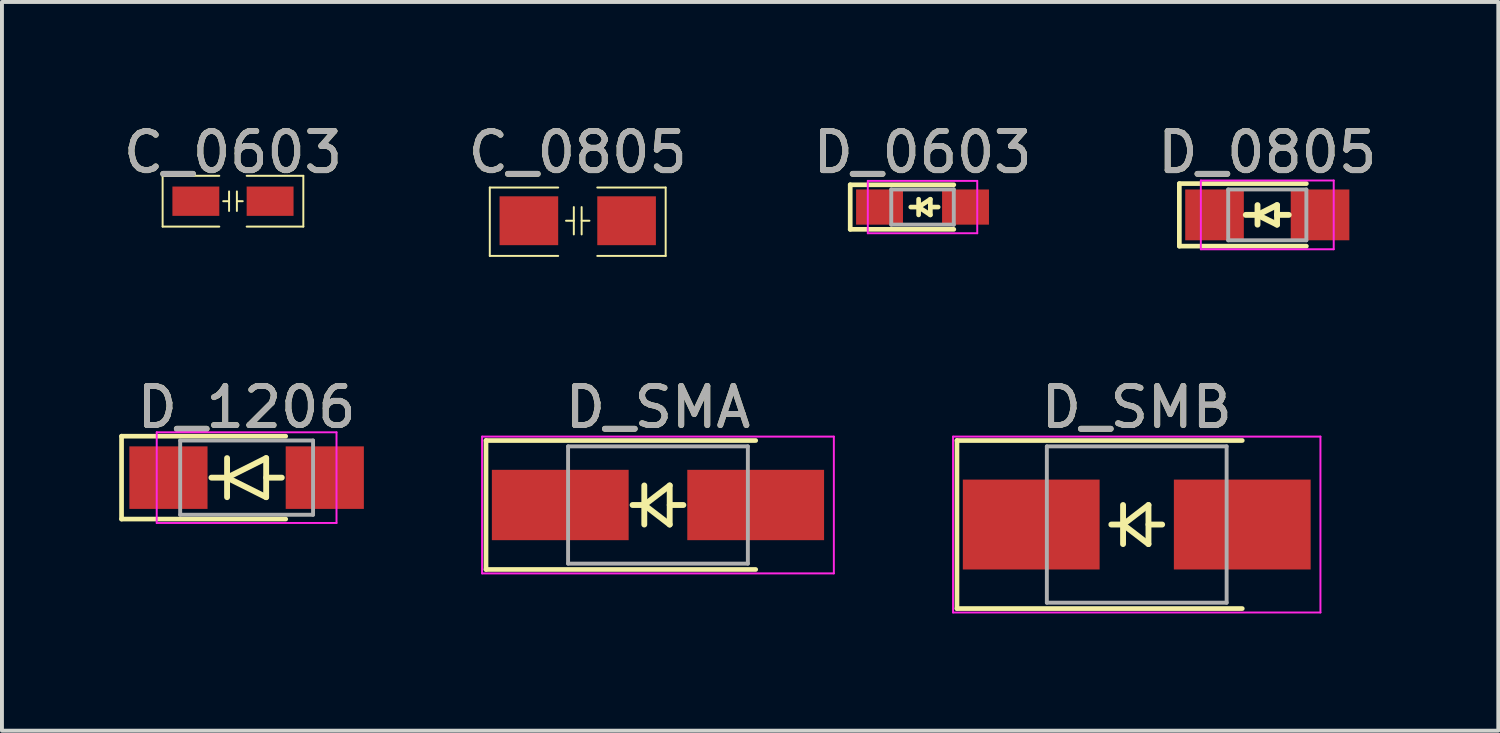
<source format=kicad_pcb>
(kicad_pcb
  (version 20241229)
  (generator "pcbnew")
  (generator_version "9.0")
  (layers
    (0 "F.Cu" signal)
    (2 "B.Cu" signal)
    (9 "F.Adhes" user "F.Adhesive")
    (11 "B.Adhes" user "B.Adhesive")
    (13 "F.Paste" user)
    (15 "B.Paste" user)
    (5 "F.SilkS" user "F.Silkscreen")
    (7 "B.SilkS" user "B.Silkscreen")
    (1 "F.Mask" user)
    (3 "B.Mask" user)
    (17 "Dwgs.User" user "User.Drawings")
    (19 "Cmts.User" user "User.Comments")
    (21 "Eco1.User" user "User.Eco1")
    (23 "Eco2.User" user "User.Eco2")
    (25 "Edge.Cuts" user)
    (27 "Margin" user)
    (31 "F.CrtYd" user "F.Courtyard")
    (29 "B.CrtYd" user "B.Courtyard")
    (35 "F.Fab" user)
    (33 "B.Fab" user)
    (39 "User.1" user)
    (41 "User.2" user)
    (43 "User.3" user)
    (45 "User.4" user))
  (footprint "D_0805"
    (layer "F.Cu")
    (at 29.375 2.448)
    (property "Reference" "D_0805" (at 0 -1.6 0) (layer "F.SilkS") (effects (font (size 1 1) (thickness 0.15))))
    (attr smd)
    (fp_line (start -2.25 -0.8) (end -2.25 0.8) (stroke (width 0.12) (type solid)) (layer "F.SilkS"))
    (fp_line (start -2.25 -0.8) (end 1 -0.8) (stroke (width 0.12) (type solid)) (layer "F.SilkS"))
    (fp_line (start -2.25 0.8) (end 1 0.8) (stroke (width 0.12) (type solid)) (layer "F.SilkS"))
    (fp_line (start -0.25 -0.25) (end -0.25 0.25) (stroke (width 0.15) (type solid)) (layer "F.SilkS"))
    (fp_line (start -0.25 0) (end -0.55 0) (stroke (width 0.15) (type solid)) (layer "F.SilkS"))
    (fp_line (start -0.25 0) (end 0.25 0.25) (stroke (width 0.15) (type solid)) (layer "F.SilkS"))
    (fp_line (start 0.25 -0.25) (end -0.25 0) (stroke (width 0.15) (type solid)) (layer "F.SilkS"))
    (fp_line (start 0.25 0) (end 0.25 -0.25) (stroke (width 0.15) (type solid)) (layer "F.SilkS"))
    (fp_line (start 0.25 0.25) (end 0.25 0) (stroke (width 0.15) (type solid)) (layer "F.SilkS"))
    (fp_line (start 0.55 0) (end 0.25 0) (stroke (width 0.15) (type solid)) (layer "F.SilkS"))
    (fp_line (start -1.7 -0.88) (end 1.7 -0.88) (stroke (width 0.05) (type solid)) (layer "F.CrtYd"))
    (fp_line (start -1.7 0.88) (end -1.7 -0.88) (stroke (width 0.05) (type solid)) (layer "F.CrtYd"))
    (fp_line (start 1.7 -0.88) (end 1.7 0.88) (stroke (width 0.05) (type solid)) (layer "F.CrtYd"))
    (fp_line (start 1.7 0.88) (end -1.7 0.88) (stroke (width 0.05) (type solid)) (layer "F.CrtYd"))
    (fp_line (start -1 -0.65) (end 1 -0.65) (stroke (width 0.1) (type solid)) (layer "F.Fab"))
    (fp_line (start -1 0.65) (end -1 -0.65) (stroke (width 0.1) (type solid)) (layer "F.Fab"))
    (fp_line (start 1 -0.65) (end 1 0.65) (stroke (width 0.1) (type solid)) (layer "F.Fab"))
    (fp_line (start 1 0.65) (end -1 0.65) (stroke (width 0.1) (type solid)) (layer "F.Fab"))
    (fp_text user "${REFERENCE}" (at 0 -1.6 0) (layer "F.Fab") (effects (font (size 1 1) (thickness 0.15))))
    (pad "1" smd rect (at -1.35 0) (size 1.5 1.3) (layers "F.Cu" "F.Mask" "F.Paste"))
    (pad "2" smd rect (at 1.35 0) (size 1.5 1.3) (layers "F.Cu" "F.Mask" "F.Paste")))
  (footprint "D_1206"
    (layer "F.Cu")
    (at 3.26 9.171)
    (property "Reference" "D_1206" (at 0 -1.8 0) (layer "F.SilkS") (effects (font (size 1 1) (thickness 0.15))))
    (attr smd)
    (fp_line (start -3.2 -1.06) (end -3.2 1.06) (stroke (width 0.12) (type solid)) (layer "F.SilkS"))
    (fp_line (start -3.2 1.06) (end 1 1.06) (stroke (width 0.12) (type solid)) (layer "F.SilkS"))
    (fp_line (start -0.5 -0.5) (end -0.5 0.5) (stroke (width 0.15) (type solid)) (layer "F.SilkS"))
    (fp_line (start -0.5 0) (end -0.9 0) (stroke (width 0.15) (type solid)) (layer "F.SilkS"))
    (fp_line (start -0.5 0) (end 0.5 -0.5) (stroke (width 0.15) (type solid)) (layer "F.SilkS"))
    (fp_line (start 0.5 -0.5) (end 0.5 0.5) (stroke (width 0.15) (type solid)) (layer "F.SilkS"))
    (fp_line (start 0.5 0) (end 0.9 0) (stroke (width 0.15) (type solid)) (layer "F.SilkS"))
    (fp_line (start 0.5 0.5) (end -0.5 0) (stroke (width 0.15) (type solid)) (layer "F.SilkS"))
    (fp_line (start 1 -1.06) (end -3.2 -1.06) (stroke (width 0.12) (type solid)) (layer "F.SilkS"))
    (fp_line (start -2.3 -1.16) (end -2.3 1.16) (stroke (width 0.05) (type solid)) (layer "F.CrtYd"))
    (fp_line (start -2.3 -1.16) (end 2.3 -1.16) (stroke (width 0.05) (type solid)) (layer "F.CrtYd"))
    (fp_line (start -2.3 1.16) (end 2.3 1.16) (stroke (width 0.05) (type solid)) (layer "F.CrtYd"))
    (fp_line (start 2.3 -1.16) (end 2.3 1.16) (stroke (width 0.05) (type solid)) (layer "F.CrtYd"))
    (fp_line (start -1.7 -0.95) (end 1.7 -0.95) (stroke (width 0.1) (type solid)) (layer "F.Fab"))
    (fp_line (start -1.7 0.95) (end -1.7 -0.95) (stroke (width 0.1) (type solid)) (layer "F.Fab"))
    (fp_line (start 1.7 -0.95) (end 1.7 0.95) (stroke (width 0.1) (type solid)) (layer "F.Fab"))
    (fp_line (start 1.7 0.95) (end -1.7 0.95) (stroke (width 0.1) (type solid)) (layer "F.Fab"))
    (fp_text user "${REFERENCE}" (at 0 -1.8 0) (layer "F.Fab") (effects (font (size 1 1) (thickness 0.15))))
    (pad "1" smd rect (at -2 0) (size 2 1.6) (layers "F.Cu" "F.Mask" "F.Paste"))
    (pad "2" smd rect (at 2 0) (size 2 1.6) (layers "F.Cu" "F.Mask" "F.Paste")))
  (footprint "D_SMA"
    (layer "F.Cu")
    (at 13.785 9.871)
    (property "Reference" "D_SMA" (at 0 -2.5 0) (layer "F.SilkS") (effects (font (size 1 1) (thickness 0.15))))
    (attr smd)
    (fp_line (start -4.4 -1.65) (end -4.4 1.65) (stroke (width 0.12) (type solid)) (layer "F.SilkS"))
    (fp_line (start -4.4 -1.65) (end 2.5 -1.65) (stroke (width 0.12) (type solid)) (layer "F.SilkS"))
    (fp_line (start -4.4 1.65) (end 2.5 1.65) (stroke (width 0.12) (type solid)) (layer "F.SilkS"))
    (fp_line (start -0.65 0) (end -0.4 0) (stroke (width 0.15) (type solid)) (layer "F.SilkS"))
    (fp_line (start -0.35 -0.5) (end -0.35 0.5) (stroke (width 0.15) (type solid)) (layer "F.SilkS"))
    (fp_line (start -0.35 0) (end 0.3 -0.5) (stroke (width 0.15) (type solid)) (layer "F.SilkS"))
    (fp_line (start 0.3 -0.5) (end 0.3 0.5) (stroke (width 0.15) (type solid)) (layer "F.SilkS"))
    (fp_line (start 0.3 0.5) (end -0.35 0) (stroke (width 0.15) (type solid)) (layer "F.SilkS"))
    (fp_line (start 0.65 0) (end 0.3 0) (stroke (width 0.15) (type solid)) (layer "F.SilkS"))
    (fp_line (start -4.5 -1.75) (end 4.5 -1.75) (stroke (width 0.05) (type solid)) (layer "F.CrtYd"))
    (fp_line (start -4.5 1.75) (end -4.5 -1.75) (stroke (width 0.05) (type solid)) (layer "F.CrtYd"))
    (fp_line (start 4.5 -1.75) (end 4.5 1.75) (stroke (width 0.05) (type solid)) (layer "F.CrtYd"))
    (fp_line (start 4.5 1.75) (end -4.5 1.75) (stroke (width 0.05) (type solid)) (layer "F.CrtYd"))
    (fp_line (start -2.3 1.5) (end -2.3 -1.5) (stroke (width 0.1) (type solid)) (layer "F.Fab"))
    (fp_line (start 2.3 -1.5) (end -2.3 -1.5) (stroke (width 0.1) (type solid)) (layer "F.Fab"))
    (fp_line (start 2.3 -1.5) (end 2.3 1.5) (stroke (width 0.1) (type solid)) (layer "F.Fab"))
    (fp_line (start 2.3 1.5) (end -2.3 1.5) (stroke (width 0.1) (type solid)) (layer "F.Fab"))
    (fp_text user "${REFERENCE}" (at 0 -2.5 0) (layer "F.Fab") (effects (font (size 1 1) (thickness 0.15))))
    (pad "1" smd rect (at -2.5 0) (size 3.5 1.8) (layers "F.Cu" "F.Mask" "F.Paste"))
    (pad "2" smd rect (at 2.5 0) (size 3.5 1.8) (layers "F.Cu" "F.Mask" "F.Paste")))
  (footprint "C_0805"
    (layer "F.Cu")
    (at 11.732 2.598)
    (property "Reference" "C_0805" (at 0 -1.75 0) (layer "F.SilkS") (effects (font (size 1 1) (thickness 0.15))))
    (attr smd)
    (fp_line (start -2.25 -0.85) (end -2.25 0.9) (stroke (width 0.05) (type solid)) (layer "F.SilkS"))
    (fp_line (start -2.25 -0.85) (end -0.5 -0.85) (stroke (width 0.05) (type solid)) (layer "F.SilkS"))
    (fp_line (start -2.25 0.9) (end -0.5 0.9) (stroke (width 0.05) (type solid)) (layer "F.SilkS"))
    (fp_line (start -0.1 -0.35) (end -0.1 0.35) (stroke (width 0.05) (type solid)) (layer "F.SilkS"))
    (fp_line (start -0.1 0) (end -0.3 0) (stroke (width 0.05) (type solid)) (layer "F.SilkS"))
    (fp_line (start 0.1 -0.35) (end 0.1 0.35) (stroke (width 0.05) (type solid)) (layer "F.SilkS"))
    (fp_line (start 0.3 0) (end 0.1 0) (stroke (width 0.05) (type solid)) (layer "F.SilkS"))
    (fp_line (start 0.5 -0.85) (end 2.25 -0.85) (stroke (width 0.05) (type solid)) (layer "F.SilkS"))
    (fp_line (start 0.5 0.9) (end 2.25 0.9) (stroke (width 0.05) (type solid)) (layer "F.SilkS"))
    (fp_line (start 2.25 -0.85) (end 2.25 0.9) (stroke (width 0.05) (type solid)) (layer "F.SilkS"))
    (fp_text user "${REFERENCE}" (at 0 -1.75 0) (layer "F.Fab") (effects (font (size 1 1) (thickness 0.15))))
    (pad "1" smd rect (at -1.25 0) (size 1.5 1.25) (layers "F.Cu" "F.Mask" "F.Paste"))
    (pad "2" smd rect (at 1.25 0) (size 1.5 1.25) (layers "F.Cu" "F.Mask" "F.Paste")))
  (footprint "D_SMB"
    (layer "F.Cu")
    (at 26.035 10.371)
    (property "Reference" "D_SMB" (at 0 -3 0) (layer "F.SilkS") (effects (font (size 1 1) (thickness 0.15))))
    (attr smd)
    (fp_line (start -4.6 -2.15) (end -4.6 2.15) (stroke (width 0.12) (type solid)) (layer "F.SilkS"))
    (fp_line (start -4.6 -2.15) (end 2.7 -2.15) (stroke (width 0.12) (type solid)) (layer "F.SilkS"))
    (fp_line (start -4.6 2.15) (end 2.7 2.15) (stroke (width 0.12) (type solid)) (layer "F.SilkS"))
    (fp_line (start -0.65 0) (end -0.4 0) (stroke (width 0.15) (type solid)) (layer "F.SilkS"))
    (fp_line (start -0.35 -0.5) (end -0.35 0.5) (stroke (width 0.15) (type solid)) (layer "F.SilkS"))
    (fp_line (start -0.35 0) (end 0.3 -0.5) (stroke (width 0.15) (type solid)) (layer "F.SilkS"))
    (fp_line (start 0.3 -0.5) (end 0.3 0.5) (stroke (width 0.15) (type solid)) (layer "F.SilkS"))
    (fp_line (start 0.3 0.5) (end -0.35 0) (stroke (width 0.15) (type solid)) (layer "F.SilkS"))
    (fp_line (start 0.65 0) (end 0.3 0) (stroke (width 0.15) (type solid)) (layer "F.SilkS"))
    (fp_line (start -4.7 -2.25) (end 4.7 -2.25) (stroke (width 0.05) (type solid)) (layer "F.CrtYd"))
    (fp_line (start -4.7 2.25) (end -4.7 -2.25) (stroke (width 0.05) (type solid)) (layer "F.CrtYd"))
    (fp_line (start 4.7 -2.25) (end 4.7 2.25) (stroke (width 0.05) (type solid)) (layer "F.CrtYd"))
    (fp_line (start 4.7 2.25) (end -4.7 2.25) (stroke (width 0.05) (type solid)) (layer "F.CrtYd"))
    (fp_line (start -2.3 2) (end -2.3 -2) (stroke (width 0.1) (type solid)) (layer "F.Fab"))
    (fp_line (start 2.3 -2) (end -2.3 -2) (stroke (width 0.1) (type solid)) (layer "F.Fab"))
    (fp_line (start 2.3 -2) (end 2.3 2) (stroke (width 0.1) (type solid)) (layer "F.Fab"))
    (fp_line (start 2.3 2) (end -2.3 2) (stroke (width 0.1) (type solid)) (layer "F.Fab"))
    (fp_text user "${REFERENCE}" (at 0 -3 0) (layer "F.Fab") (effects (font (size 1 1) (thickness 0.15))))
    (pad "1" smd rect (at -2.7 0) (size 3.5 2.3) (layers "F.Cu" "F.Mask" "F.Paste"))
    (pad "2" smd rect (at 2.7 0) (size 3.5 2.3) (layers "F.Cu" "F.Mask" "F.Paste")))
  (footprint "C_0603"
    (layer "F.Cu")
    (at 2.911 2.098)
    (property "Reference" "C_0603" (at 0 -1.25 0) (layer "F.SilkS") (effects (font (size 1 1) (thickness 0.15))))
    (attr smd)
    (fp_line (start -1.8 -0.65) (end -1.8 0.65) (stroke (width 0.05) (type solid)) (layer "F.SilkS"))
    (fp_line (start -1.8 -0.65) (end -0.35 -0.65) (stroke (width 0.05) (type solid)) (layer "F.SilkS"))
    (fp_line (start -1.8 0.65) (end -0.35 0.65) (stroke (width 0.05) (type solid)) (layer "F.SilkS"))
    (fp_line (start -0.25 0) (end -0.1 0) (stroke (width 0.05) (type solid)) (layer "F.SilkS"))
    (fp_line (start -0.1 0.25) (end -0.1 -0.25) (stroke (width 0.05) (type solid)) (layer "F.SilkS"))
    (fp_line (start 0.1 0) (end 0.25 0) (stroke (width 0.05) (type solid)) (layer "F.SilkS"))
    (fp_line (start 0.1 0.25) (end 0.1 -0.25) (stroke (width 0.05) (type solid)) (layer "F.SilkS"))
    (fp_line (start 0.35 -0.65) (end 1.8 -0.65) (stroke (width 0.05) (type solid)) (layer "F.SilkS"))
    (fp_line (start 0.35 0.65) (end 1.8 0.65) (stroke (width 0.05) (type solid)) (layer "F.SilkS"))
    (fp_line (start 1.8 0.65) (end 1.8 -0.65) (stroke (width 0.05) (type solid)) (layer "F.SilkS"))
    (fp_text user "${REFERENCE}" (at 0 -1.25 0) (layer "F.Fab") (effects (font (size 1 1) (thickness 0.15))))
    (pad "1" smd rect (at -0.95 0) (size 1.2 0.75) (layers "F.Cu" "F.Mask" "F.Paste"))
    (pad "2" smd rect (at 0.95 0) (size 1.2 0.75) (layers "F.Cu" "F.Mask" "F.Paste")))
  (footprint "D_0603"
    (layer "F.Cu")
    (at 20.554 2.248)
    (property "Reference" "D_0603" (at 0 -1.4 0) (layer "F.SilkS") (effects (font (size 1 1) (thickness 0.15))))
    (attr smd)
    (fp_line (start -1.85 -0.57) (end -1.85 0.57) (stroke (width 0.12) (type solid)) (layer "F.SilkS"))
    (fp_line (start -1.85 -0.57) (end 0.8 -0.57) (stroke (width 0.12) (type solid)) (layer "F.SilkS"))
    (fp_line (start -1.85 0.57) (end 0.8 0.57) (stroke (width 0.12) (type solid)) (layer "F.SilkS"))
    (fp_line (start -0.1 -0.2) (end -0.1 0.2) (stroke (width 0.12) (type solid)) (layer "F.SilkS"))
    (fp_line (start -0.1 0) (end -0.3 0) (stroke (width 0.12) (type solid)) (layer "F.SilkS"))
    (fp_line (start -0.1 0) (end 0.2 0.2) (stroke (width 0.12) (type solid)) (layer "F.SilkS"))
    (fp_line (start 0.2 -0.2) (end -0.1 0) (stroke (width 0.12) (type solid)) (layer "F.SilkS"))
    (fp_line (start 0.2 0) (end 0.4 0) (stroke (width 0.12) (type solid)) (layer "F.SilkS"))
    (fp_line (start 0.2 0.2) (end 0.2 -0.2) (stroke (width 0.12) (type solid)) (layer "F.SilkS"))
    (fp_line (start -1.4 -0.67) (end -1.4 0.67) (stroke (width 0.05) (type solid)) (layer "F.CrtYd"))
    (fp_line (start -1.4 0.67) (end 1.4 0.67) (stroke (width 0.05) (type solid)) (layer "F.CrtYd"))
    (fp_line (start 1.4 -0.67) (end -1.4 -0.67) (stroke (width 0.05) (type solid)) (layer "F.CrtYd"))
    (fp_line (start 1.4 0.67) (end 1.4 -0.67) (stroke (width 0.05) (type solid)) (layer "F.CrtYd"))
    (fp_line (start -0.8 -0.45) (end 0.8 -0.45) (stroke (width 0.1) (type solid)) (layer "F.Fab"))
    (fp_line (start -0.8 0.45) (end -0.8 -0.45) (stroke (width 0.1) (type solid)) (layer "F.Fab"))
    (fp_line (start 0.8 -0.45) (end 0.8 0.45) (stroke (width 0.1) (type solid)) (layer "F.Fab"))
    (fp_line (start 0.8 0.45) (end -0.8 0.45) (stroke (width 0.1) (type solid)) (layer "F.Fab"))
    (fp_text user "${REFERENCE}" (at 0 -1.4 0) (layer "F.Fab") (effects (font (size 1 1) (thickness 0.15))))
    (pad "1" smd rect (at -1.1 0) (size 1.2 0.9) (layers "F.Cu" "F.Mask" "F.Paste"))
    (pad "2" smd rect (at 1.1 0) (size 1.2 0.9) (layers "F.Cu" "F.Mask" "F.Paste")))
  (gr_rect
    (start -3 -3)
    (end 35.286 15.646)
    (stroke (width 0.1) (type default))
    (fill no)
    (layer "Edge.Cuts")))
</source>
